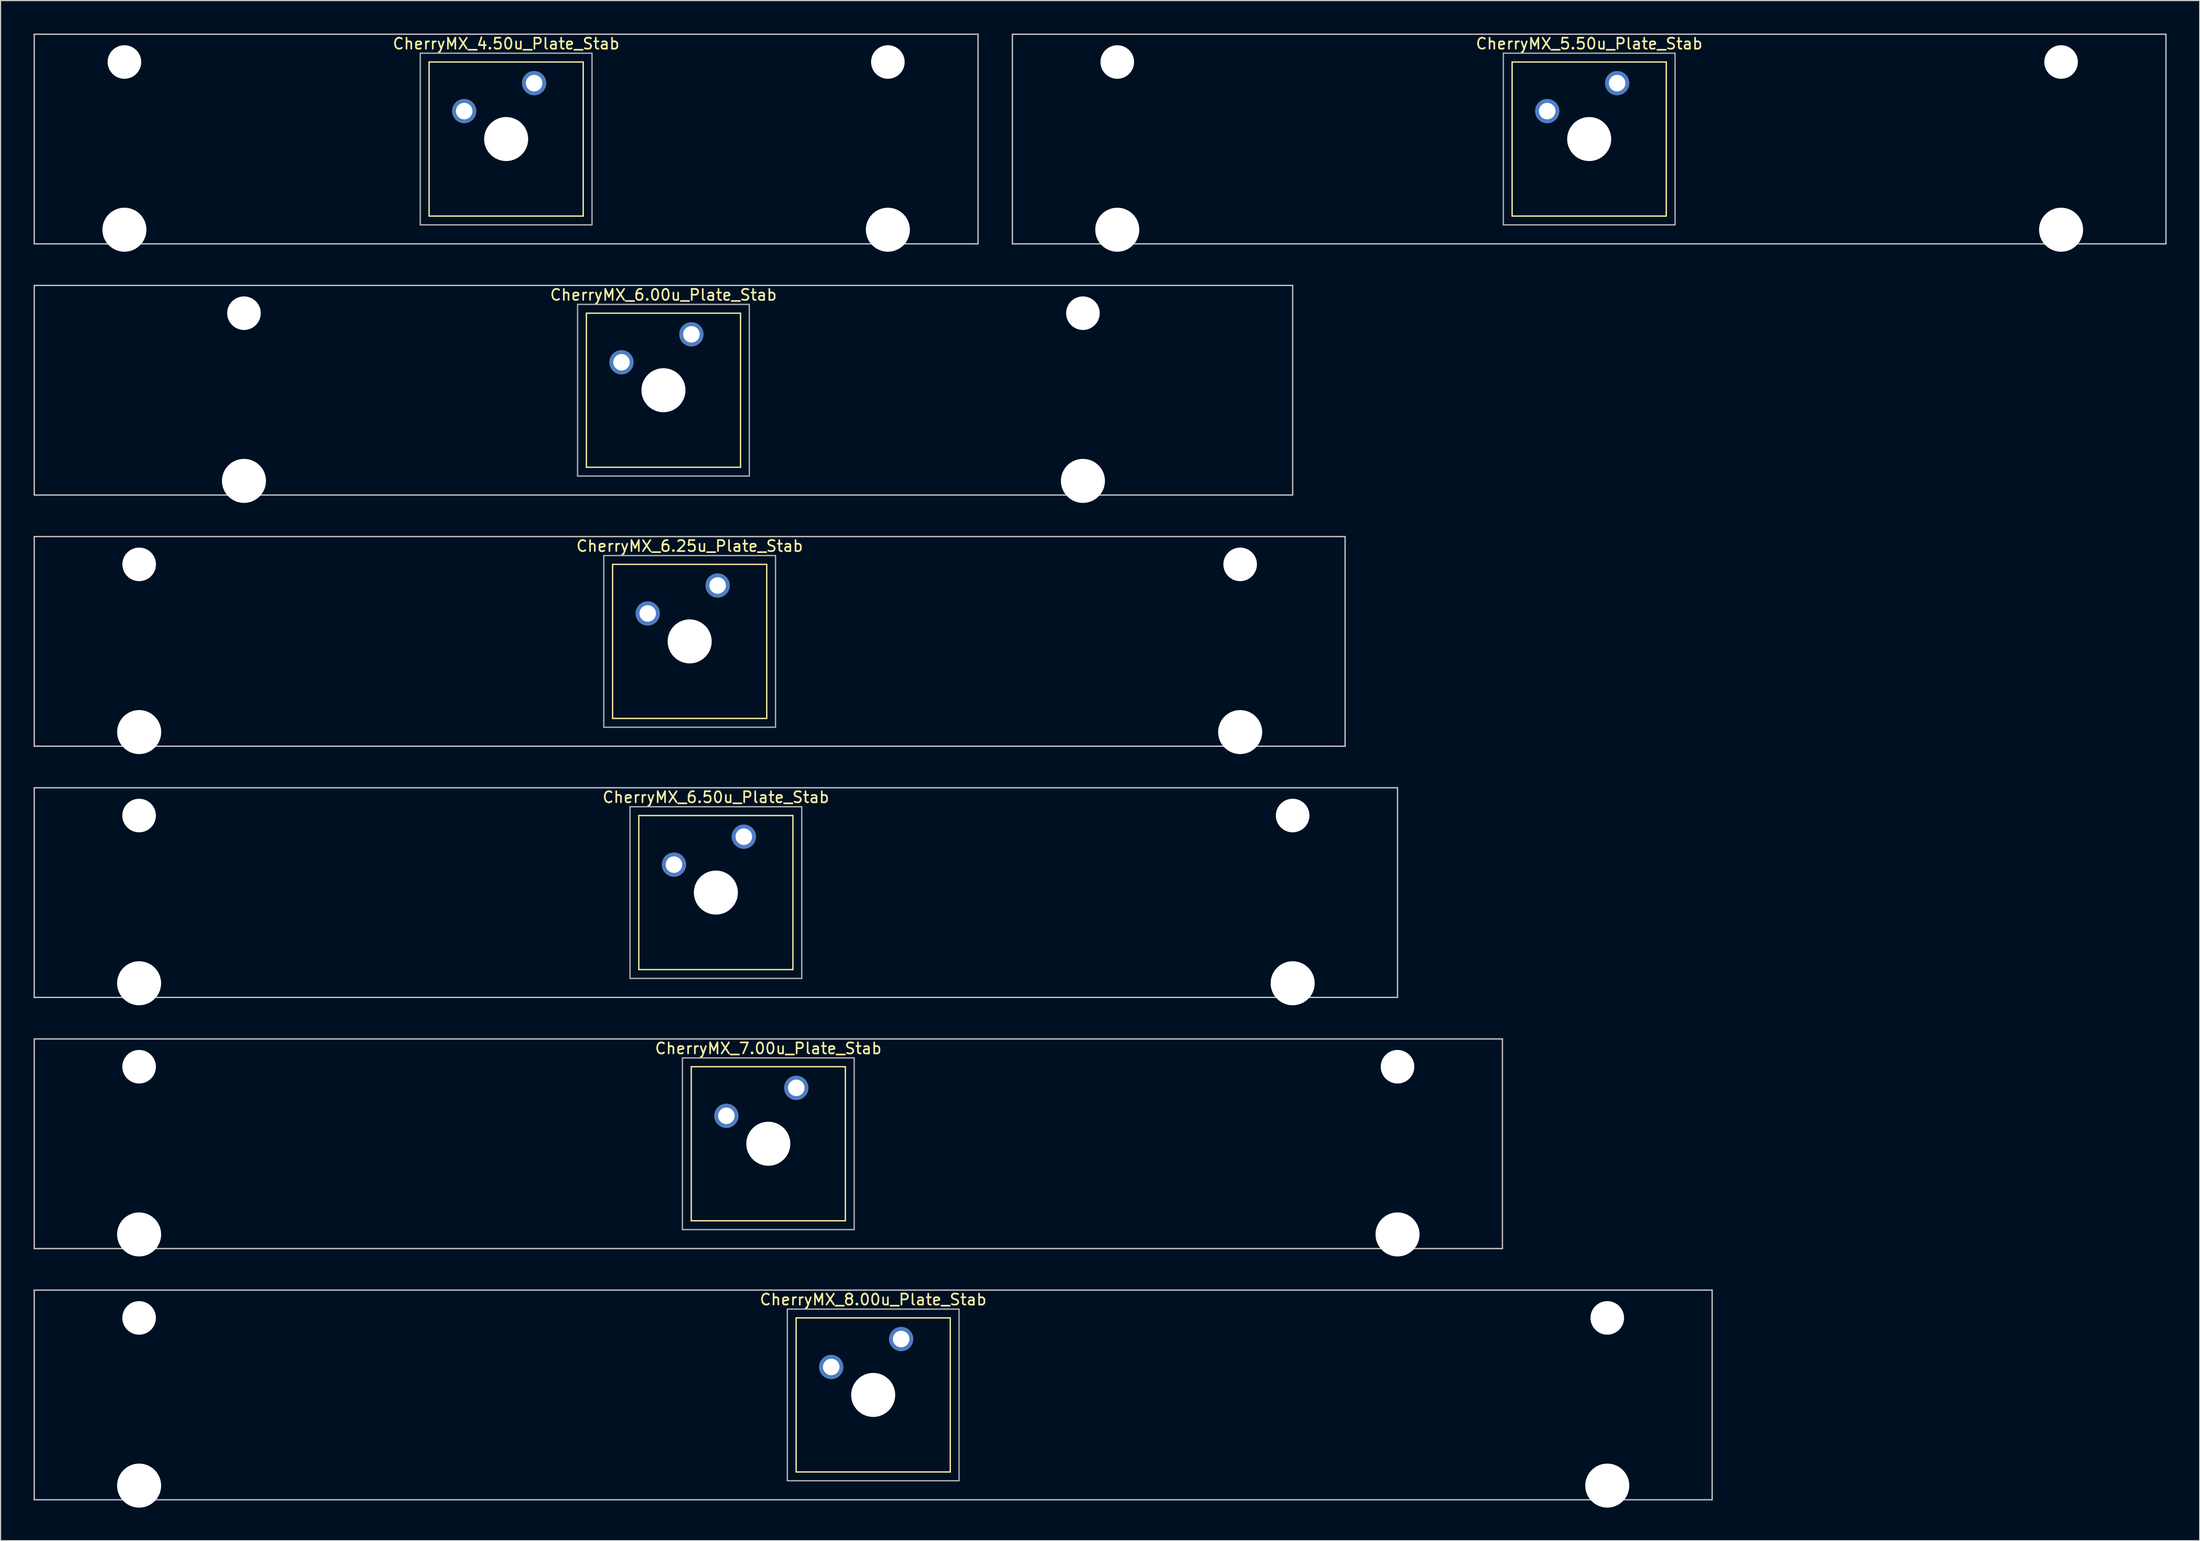
<source format=kicad_pcb>
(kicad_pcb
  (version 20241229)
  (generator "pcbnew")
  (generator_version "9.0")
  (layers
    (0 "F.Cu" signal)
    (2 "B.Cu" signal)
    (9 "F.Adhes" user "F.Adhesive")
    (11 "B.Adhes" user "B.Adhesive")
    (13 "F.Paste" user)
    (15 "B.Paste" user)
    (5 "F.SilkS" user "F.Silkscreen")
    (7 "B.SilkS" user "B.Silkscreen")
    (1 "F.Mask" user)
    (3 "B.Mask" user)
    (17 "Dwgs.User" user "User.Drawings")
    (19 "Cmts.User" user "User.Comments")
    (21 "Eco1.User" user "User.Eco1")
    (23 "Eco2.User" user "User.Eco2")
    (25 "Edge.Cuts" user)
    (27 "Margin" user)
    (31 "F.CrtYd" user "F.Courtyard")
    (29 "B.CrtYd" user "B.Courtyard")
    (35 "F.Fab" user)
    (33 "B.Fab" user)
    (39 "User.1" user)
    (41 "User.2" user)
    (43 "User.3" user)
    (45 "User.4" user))
  (footprint "CherryMX_6.50u_Plate_Stab"
    (layer "F.Cu")
    (at 61.972 78.06)
    (property "Reference" "CherryMX_6.50u_Plate_Stab" (at 0 -8.662 0) (layer "F.SilkS") (effects (font (size 1 1) (thickness 0.15))))
    (attr through_hole)
    (fp_line (start -7 -7) (end -7 7) (stroke (width 0.12) (type solid)) (layer "F.SilkS"))
    (fp_line (start -7 -7) (end 7 -7) (stroke (width 0.12) (type solid)) (layer "F.SilkS"))
    (fp_line (start 7 -7) (end 7 7) (stroke (width 0.12) (type solid)) (layer "F.SilkS"))
    (fp_line (start 7 7) (end -7 7) (stroke (width 0.12) (type solid)) (layer "F.SilkS"))
    (fp_line (start -61.913 -9.525) (end 61.913 -9.525) (stroke (width 0.12) (type solid)) (layer "Dwgs.User"))
    (fp_line (start -61.913 9.525) (end -61.913 -9.525) (stroke (width 0.12) (type solid)) (layer "Dwgs.User"))
    (fp_line (start 61.913 -9.525) (end 61.913 9.525) (stroke (width 0.12) (type solid)) (layer "Dwgs.User"))
    (fp_line (start 61.913 9.525) (end -61.913 9.525) (stroke (width 0.12) (type solid)) (layer "Dwgs.User"))
    (fp_line (start -7.8 -7.8) (end -7.8 7.8) (stroke (width 0.12) (type solid)) (layer "F.Fab"))
    (fp_line (start -7.8 -7.8) (end 7.8 -7.8) (stroke (width 0.12) (type solid)) (layer "F.Fab"))
    (fp_line (start -7.8 7.8) (end 7.8 7.8) (stroke (width 0.12) (type solid)) (layer "F.Fab"))
    (fp_line (start 7.8 -7.8) (end 7.8 7.8) (stroke (width 0.12) (type solid)) (layer "F.Fab"))
    (pad "" np_thru_hole circle (at -52.388 -7) (size 3.05 3.05) (drill 3.05) (layers "*.Cu" "*.Mask"))
    (pad "" np_thru_hole circle (at -52.388 8.24) (size 4 4) (drill 4) (layers "*.Cu" "*.Mask"))
    (pad "" np_thru_hole circle (at 0 0) (size 4 4) (drill 4) (layers "*.Cu" "*.Mask"))
    (pad "" np_thru_hole circle (at 52.388 -7) (size 3.05 3.05) (drill 3.05) (layers "*.Cu" "*.Mask"))
    (pad "" np_thru_hole circle (at 52.388 8.24) (size 4 4) (drill 4) (layers "*.Cu" "*.Mask"))
    (pad "1" thru_hole circle (at -3.81 -2.54) (size 2.2 2.2) (drill 1.5) (layers "*.Cu" "*.Mask"))
    (pad "2" thru_hole circle (at 2.54 -5.08) (size 2.2 2.2) (drill 1.5) (layers "*.Cu" "*.Mask")))
  (footprint "CherryMX_7.00u_Plate_Stab"
    (layer "F.Cu")
    (at 66.735 100.885)
    (property "Reference" "CherryMX_7.00u_Plate_Stab" (at 0 -8.662 0) (layer "F.SilkS") (effects (font (size 1 1) (thickness 0.15))))
    (attr through_hole)
    (fp_line (start -7 -7) (end -7 7) (stroke (width 0.12) (type solid)) (layer "F.SilkS"))
    (fp_line (start -7 -7) (end 7 -7) (stroke (width 0.12) (type solid)) (layer "F.SilkS"))
    (fp_line (start 7 -7) (end 7 7) (stroke (width 0.12) (type solid)) (layer "F.SilkS"))
    (fp_line (start 7 7) (end -7 7) (stroke (width 0.12) (type solid)) (layer "F.SilkS"))
    (fp_line (start -66.675 -9.525) (end 66.675 -9.525) (stroke (width 0.12) (type solid)) (layer "Dwgs.User"))
    (fp_line (start -66.675 9.525) (end -66.675 -9.525) (stroke (width 0.12) (type solid)) (layer "Dwgs.User"))
    (fp_line (start 66.675 -9.525) (end 66.675 9.525) (stroke (width 0.12) (type solid)) (layer "Dwgs.User"))
    (fp_line (start 66.675 9.525) (end -66.675 9.525) (stroke (width 0.12) (type solid)) (layer "Dwgs.User"))
    (fp_line (start -7.8 -7.8) (end -7.8 7.8) (stroke (width 0.12) (type solid)) (layer "F.Fab"))
    (fp_line (start -7.8 -7.8) (end 7.8 -7.8) (stroke (width 0.12) (type solid)) (layer "F.Fab"))
    (fp_line (start -7.8 7.8) (end 7.8 7.8) (stroke (width 0.12) (type solid)) (layer "F.Fab"))
    (fp_line (start 7.8 -7.8) (end 7.8 7.8) (stroke (width 0.12) (type solid)) (layer "F.Fab"))
    (pad "" np_thru_hole circle (at -57.15 -7) (size 3.05 3.05) (drill 3.05) (layers "*.Cu" "*.Mask"))
    (pad "" np_thru_hole circle (at -57.15 8.24) (size 4 4) (drill 4) (layers "*.Cu" "*.Mask"))
    (pad "" np_thru_hole circle (at 0 0) (size 4 4) (drill 4) (layers "*.Cu" "*.Mask"))
    (pad "" np_thru_hole circle (at 57.15 -7) (size 3.05 3.05) (drill 3.05) (layers "*.Cu" "*.Mask"))
    (pad "" np_thru_hole circle (at 57.15 8.24) (size 4 4) (drill 4) (layers "*.Cu" "*.Mask"))
    (pad "1" thru_hole circle (at -3.81 -2.54) (size 2.2 2.2) (drill 1.5) (layers "*.Cu" "*.Mask"))
    (pad "2" thru_hole circle (at 2.54 -5.08) (size 2.2 2.2) (drill 1.5) (layers "*.Cu" "*.Mask")))
  (footprint "CherryMX_5.50u_Plate_Stab"
    (layer "F.Cu")
    (at 141.292 9.585)
    (property "Reference" "CherryMX_5.50u_Plate_Stab" (at 0 -8.662 0) (layer "F.SilkS") (effects (font (size 1 1) (thickness 0.15))))
    (attr through_hole)
    (fp_line (start -7 -7) (end -7 7) (stroke (width 0.12) (type solid)) (layer "F.SilkS"))
    (fp_line (start -7 -7) (end 7 -7) (stroke (width 0.12) (type solid)) (layer "F.SilkS"))
    (fp_line (start 7 -7) (end 7 7) (stroke (width 0.12) (type solid)) (layer "F.SilkS"))
    (fp_line (start 7 7) (end -7 7) (stroke (width 0.12) (type solid)) (layer "F.SilkS"))
    (fp_line (start -52.388 -9.525) (end 52.388 -9.525) (stroke (width 0.12) (type solid)) (layer "Dwgs.User"))
    (fp_line (start -52.388 9.525) (end -52.388 -9.525) (stroke (width 0.12) (type solid)) (layer "Dwgs.User"))
    (fp_line (start 52.388 -9.525) (end 52.388 9.525) (stroke (width 0.12) (type solid)) (layer "Dwgs.User"))
    (fp_line (start 52.388 9.525) (end -52.388 9.525) (stroke (width 0.12) (type solid)) (layer "Dwgs.User"))
    (fp_line (start -7.8 -7.8) (end -7.8 7.8) (stroke (width 0.12) (type solid)) (layer "F.Fab"))
    (fp_line (start -7.8 -7.8) (end 7.8 -7.8) (stroke (width 0.12) (type solid)) (layer "F.Fab"))
    (fp_line (start -7.8 7.8) (end 7.8 7.8) (stroke (width 0.12) (type solid)) (layer "F.Fab"))
    (fp_line (start 7.8 -7.8) (end 7.8 7.8) (stroke (width 0.12) (type solid)) (layer "F.Fab"))
    (pad "" np_thru_hole circle (at -42.862 -7) (size 3.05 3.05) (drill 3.05) (layers "*.Cu" "*.Mask"))
    (pad "" np_thru_hole circle (at -42.862 8.24) (size 4 4) (drill 4) (layers "*.Cu" "*.Mask"))
    (pad "" np_thru_hole circle (at 0 0) (size 4 4) (drill 4) (layers "*.Cu" "*.Mask"))
    (pad "" np_thru_hole circle (at 42.862 -7) (size 3.05 3.05) (drill 3.05) (layers "*.Cu" "*.Mask"))
    (pad "" np_thru_hole circle (at 42.862 8.24) (size 4 4) (drill 4) (layers "*.Cu" "*.Mask"))
    (pad "1" thru_hole circle (at -3.81 -2.54) (size 2.2 2.2) (drill 1.5) (layers "*.Cu" "*.Mask"))
    (pad "2" thru_hole circle (at 2.54 -5.08) (size 2.2 2.2) (drill 1.5) (layers "*.Cu" "*.Mask")))
  (footprint "CherryMX_6.00u_Plate_Stab"
    (layer "F.Cu")
    (at 57.21 32.41)
    (property "Reference" "CherryMX_6.00u_Plate_Stab" (at 0 -8.662 0) (layer "F.SilkS") (effects (font (size 1 1) (thickness 0.15))))
    (attr through_hole)
    (fp_line (start -7 -7) (end -7 7) (stroke (width 0.12) (type solid)) (layer "F.SilkS"))
    (fp_line (start -7 -7) (end 7 -7) (stroke (width 0.12) (type solid)) (layer "F.SilkS"))
    (fp_line (start 7 -7) (end 7 7) (stroke (width 0.12) (type solid)) (layer "F.SilkS"))
    (fp_line (start 7 7) (end -7 7) (stroke (width 0.12) (type solid)) (layer "F.SilkS"))
    (fp_line (start -57.15 -9.525) (end 57.15 -9.525) (stroke (width 0.12) (type solid)) (layer "Dwgs.User"))
    (fp_line (start -57.15 9.525) (end -57.15 -9.525) (stroke (width 0.12) (type solid)) (layer "Dwgs.User"))
    (fp_line (start 57.15 -9.525) (end 57.15 9.525) (stroke (width 0.12) (type solid)) (layer "Dwgs.User"))
    (fp_line (start 57.15 9.525) (end -57.15 9.525) (stroke (width 0.12) (type solid)) (layer "Dwgs.User"))
    (fp_line (start -7.8 -7.8) (end -7.8 7.8) (stroke (width 0.12) (type solid)) (layer "F.Fab"))
    (fp_line (start -7.8 -7.8) (end 7.8 -7.8) (stroke (width 0.12) (type solid)) (layer "F.Fab"))
    (fp_line (start -7.8 7.8) (end 7.8 7.8) (stroke (width 0.12) (type solid)) (layer "F.Fab"))
    (fp_line (start 7.8 -7.8) (end 7.8 7.8) (stroke (width 0.12) (type solid)) (layer "F.Fab"))
    (pad "" np_thru_hole circle (at -38.1 -7) (size 3.05 3.05) (drill 3.05) (layers "*.Cu" "*.Mask"))
    (pad "" np_thru_hole circle (at -38.1 8.24) (size 4 4) (drill 4) (layers "*.Cu" "*.Mask"))
    (pad "" np_thru_hole circle (at 0 0) (size 4 4) (drill 4) (layers "*.Cu" "*.Mask"))
    (pad "" np_thru_hole circle (at 38.1 -7) (size 3.05 3.05) (drill 3.05) (layers "*.Cu" "*.Mask"))
    (pad "" np_thru_hole circle (at 38.1 8.24) (size 4 4) (drill 4) (layers "*.Cu" "*.Mask"))
    (pad "1" thru_hole circle (at -3.81 -2.54) (size 2.2 2.2) (drill 1.5) (layers "*.Cu" "*.Mask"))
    (pad "2" thru_hole circle (at 2.54 -5.08) (size 2.2 2.2) (drill 1.5) (layers "*.Cu" "*.Mask")))
  (footprint "CherryMX_8.00u_Plate_Stab"
    (layer "F.Cu")
    (at 76.26 123.71)
    (property "Reference" "CherryMX_8.00u_Plate_Stab" (at 0 -8.662 0) (layer "F.SilkS") (effects (font (size 1 1) (thickness 0.15))))
    (attr through_hole)
    (fp_line (start -7 -7) (end -7 7) (stroke (width 0.12) (type solid)) (layer "F.SilkS"))
    (fp_line (start -7 -7) (end 7 -7) (stroke (width 0.12) (type solid)) (layer "F.SilkS"))
    (fp_line (start 7 -7) (end 7 7) (stroke (width 0.12) (type solid)) (layer "F.SilkS"))
    (fp_line (start 7 7) (end -7 7) (stroke (width 0.12) (type solid)) (layer "F.SilkS"))
    (fp_line (start -76.2 -9.525) (end 76.2 -9.525) (stroke (width 0.12) (type solid)) (layer "Dwgs.User"))
    (fp_line (start -76.2 9.525) (end -76.2 -9.525) (stroke (width 0.12) (type solid)) (layer "Dwgs.User"))
    (fp_line (start 76.2 -9.525) (end 76.2 9.525) (stroke (width 0.12) (type solid)) (layer "Dwgs.User"))
    (fp_line (start 76.2 9.525) (end -76.2 9.525) (stroke (width 0.12) (type solid)) (layer "Dwgs.User"))
    (fp_line (start -7.8 -7.8) (end -7.8 7.8) (stroke (width 0.12) (type solid)) (layer "F.Fab"))
    (fp_line (start -7.8 -7.8) (end 7.8 -7.8) (stroke (width 0.12) (type solid)) (layer "F.Fab"))
    (fp_line (start -7.8 7.8) (end 7.8 7.8) (stroke (width 0.12) (type solid)) (layer "F.Fab"))
    (fp_line (start 7.8 -7.8) (end 7.8 7.8) (stroke (width 0.12) (type solid)) (layer "F.Fab"))
    (pad "" np_thru_hole circle (at -66.675 -7) (size 3.05 3.05) (drill 3.05) (layers "*.Cu" "*.Mask"))
    (pad "" np_thru_hole circle (at -66.675 8.24) (size 4 4) (drill 4) (layers "*.Cu" "*.Mask"))
    (pad "" np_thru_hole circle (at 0 0) (size 4 4) (drill 4) (layers "*.Cu" "*.Mask"))
    (pad "" np_thru_hole circle (at 66.675 -7) (size 3.05 3.05) (drill 3.05) (layers "*.Cu" "*.Mask"))
    (pad "" np_thru_hole circle (at 66.675 8.24) (size 4 4) (drill 4) (layers "*.Cu" "*.Mask"))
    (pad "1" thru_hole circle (at -3.81 -2.54) (size 2.2 2.2) (drill 1.5) (layers "*.Cu" "*.Mask"))
    (pad "2" thru_hole circle (at 2.54 -5.08) (size 2.2 2.2) (drill 1.5) (layers "*.Cu" "*.Mask")))
  (footprint "CherryMX_6.25u_Plate_Stab"
    (layer "F.Cu")
    (at 59.591 55.235)
    (property "Reference" "CherryMX_6.25u_Plate_Stab" (at 0 -8.662 0) (layer "F.SilkS") (effects (font (size 1 1) (thickness 0.15))))
    (attr through_hole)
    (fp_line (start -7 -7) (end -7 7) (stroke (width 0.12) (type solid)) (layer "F.SilkS"))
    (fp_line (start -7 -7) (end 7 -7) (stroke (width 0.12) (type solid)) (layer "F.SilkS"))
    (fp_line (start 7 -7) (end 7 7) (stroke (width 0.12) (type solid)) (layer "F.SilkS"))
    (fp_line (start 7 7) (end -7 7) (stroke (width 0.12) (type solid)) (layer "F.SilkS"))
    (fp_line (start -59.531 -9.525) (end 59.531 -9.525) (stroke (width 0.12) (type solid)) (layer "Dwgs.User"))
    (fp_line (start -59.531 9.525) (end -59.531 -9.525) (stroke (width 0.12) (type solid)) (layer "Dwgs.User"))
    (fp_line (start 59.531 -9.525) (end 59.531 9.525) (stroke (width 0.12) (type solid)) (layer "Dwgs.User"))
    (fp_line (start 59.531 9.525) (end -59.531 9.525) (stroke (width 0.12) (type solid)) (layer "Dwgs.User"))
    (fp_line (start -7.8 -7.8) (end -7.8 7.8) (stroke (width 0.12) (type solid)) (layer "F.Fab"))
    (fp_line (start -7.8 -7.8) (end 7.8 -7.8) (stroke (width 0.12) (type solid)) (layer "F.Fab"))
    (fp_line (start -7.8 7.8) (end 7.8 7.8) (stroke (width 0.12) (type solid)) (layer "F.Fab"))
    (fp_line (start 7.8 -7.8) (end 7.8 7.8) (stroke (width 0.12) (type solid)) (layer "F.Fab"))
    (pad "" np_thru_hole circle (at -50 -7) (size 3.05 3.05) (drill 3.05) (layers "*.Cu" "*.Mask"))
    (pad "" np_thru_hole circle (at -50 8.24) (size 4 4) (drill 4) (layers "*.Cu" "*.Mask"))
    (pad "" np_thru_hole circle (at 0 0) (size 4 4) (drill 4) (layers "*.Cu" "*.Mask"))
    (pad "" np_thru_hole circle (at 50 -7) (size 3.05 3.05) (drill 3.05) (layers "*.Cu" "*.Mask"))
    (pad "" np_thru_hole circle (at 50 8.24) (size 4 4) (drill 4) (layers "*.Cu" "*.Mask"))
    (pad "1" thru_hole circle (at -3.81 -2.54) (size 2.2 2.2) (drill 1.5) (layers "*.Cu" "*.Mask"))
    (pad "2" thru_hole circle (at 2.54 -5.08) (size 2.2 2.2) (drill 1.5) (layers "*.Cu" "*.Mask")))
  (footprint "CherryMX_4.50u_Plate_Stab"
    (layer "F.Cu")
    (at 42.922 9.585)
    (property "Reference" "CherryMX_4.50u_Plate_Stab" (at 0 -8.662 0) (layer "F.SilkS") (effects (font (size 1 1) (thickness 0.15))))
    (attr through_hole)
    (fp_line (start -7 -7) (end -7 7) (stroke (width 0.12) (type solid)) (layer "F.SilkS"))
    (fp_line (start -7 -7) (end 7 -7) (stroke (width 0.12) (type solid)) (layer "F.SilkS"))
    (fp_line (start 7 -7) (end 7 7) (stroke (width 0.12) (type solid)) (layer "F.SilkS"))
    (fp_line (start 7 7) (end -7 7) (stroke (width 0.12) (type solid)) (layer "F.SilkS"))
    (fp_line (start -42.862 -9.525) (end 42.862 -9.525) (stroke (width 0.12) (type solid)) (layer "Dwgs.User"))
    (fp_line (start -42.862 9.525) (end -42.862 -9.525) (stroke (width 0.12) (type solid)) (layer "Dwgs.User"))
    (fp_line (start 42.862 -9.525) (end 42.862 9.525) (stroke (width 0.12) (type solid)) (layer "Dwgs.User"))
    (fp_line (start 42.862 9.525) (end -42.862 9.525) (stroke (width 0.12) (type solid)) (layer "Dwgs.User"))
    (fp_line (start -7.8 -7.8) (end -7.8 7.8) (stroke (width 0.12) (type solid)) (layer "F.Fab"))
    (fp_line (start -7.8 -7.8) (end 7.8 -7.8) (stroke (width 0.12) (type solid)) (layer "F.Fab"))
    (fp_line (start -7.8 7.8) (end 7.8 7.8) (stroke (width 0.12) (type solid)) (layer "F.Fab"))
    (fp_line (start 7.8 -7.8) (end 7.8 7.8) (stroke (width 0.12) (type solid)) (layer "F.Fab"))
    (pad "" np_thru_hole circle (at -34.671 -7) (size 3.05 3.05) (drill 3.05) (layers "*.Cu" "*.Mask"))
    (pad "" np_thru_hole circle (at -34.671 8.24) (size 4 4) (drill 4) (layers "*.Cu" "*.Mask"))
    (pad "" np_thru_hole circle (at 0 0) (size 4 4) (drill 4) (layers "*.Cu" "*.Mask"))
    (pad "" np_thru_hole circle (at 34.671 -7) (size 3.05 3.05) (drill 3.05) (layers "*.Cu" "*.Mask"))
    (pad "" np_thru_hole circle (at 34.671 8.24) (size 4 4) (drill 4) (layers "*.Cu" "*.Mask"))
    (pad "1" thru_hole circle (at -3.81 -2.54) (size 2.2 2.2) (drill 1.5) (layers "*.Cu" "*.Mask"))
    (pad "2" thru_hole circle (at 2.54 -5.08) (size 2.2 2.2) (drill 1.5) (layers "*.Cu" "*.Mask")))
  (gr_rect
    (start -3 -3)
    (end 196.74 136.95)
    (stroke (width 0.1) (type default))
    (fill no)
    (layer "Edge.Cuts")))
</source>
